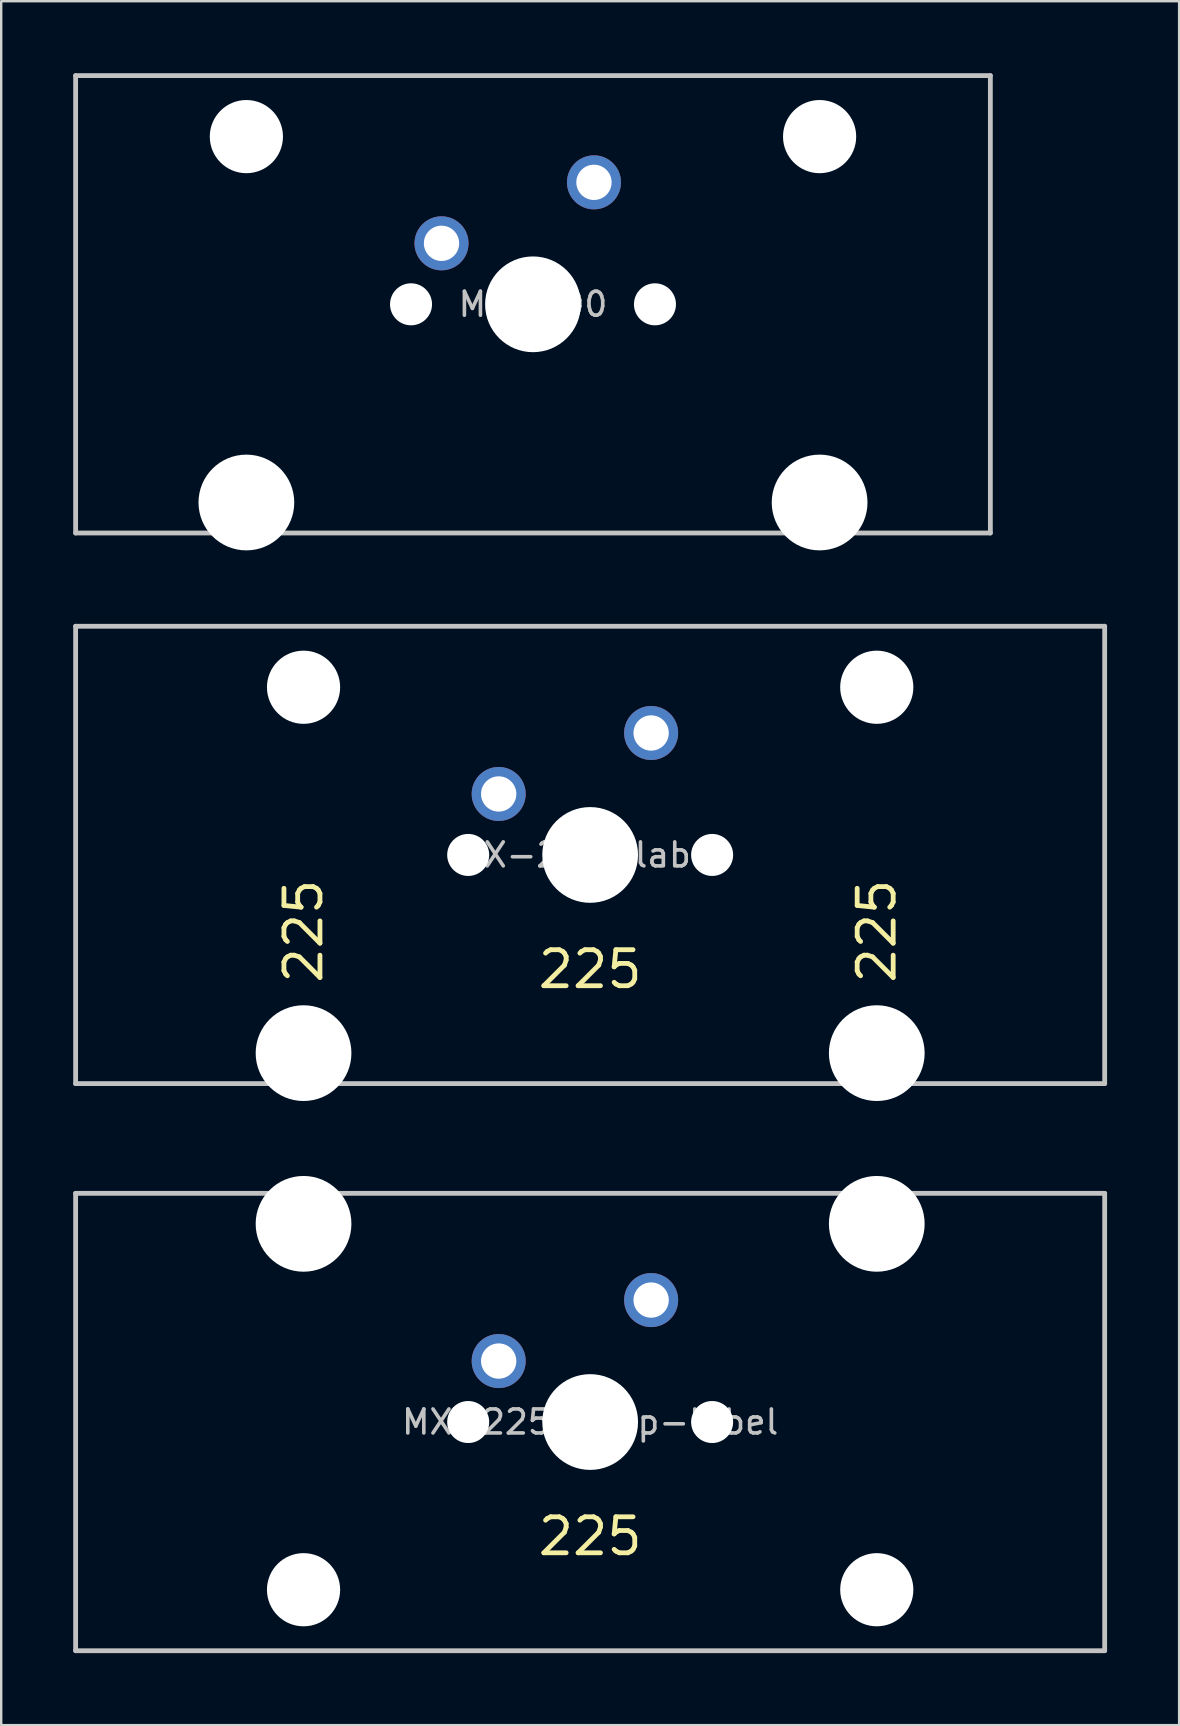
<source format=kicad_pcb>
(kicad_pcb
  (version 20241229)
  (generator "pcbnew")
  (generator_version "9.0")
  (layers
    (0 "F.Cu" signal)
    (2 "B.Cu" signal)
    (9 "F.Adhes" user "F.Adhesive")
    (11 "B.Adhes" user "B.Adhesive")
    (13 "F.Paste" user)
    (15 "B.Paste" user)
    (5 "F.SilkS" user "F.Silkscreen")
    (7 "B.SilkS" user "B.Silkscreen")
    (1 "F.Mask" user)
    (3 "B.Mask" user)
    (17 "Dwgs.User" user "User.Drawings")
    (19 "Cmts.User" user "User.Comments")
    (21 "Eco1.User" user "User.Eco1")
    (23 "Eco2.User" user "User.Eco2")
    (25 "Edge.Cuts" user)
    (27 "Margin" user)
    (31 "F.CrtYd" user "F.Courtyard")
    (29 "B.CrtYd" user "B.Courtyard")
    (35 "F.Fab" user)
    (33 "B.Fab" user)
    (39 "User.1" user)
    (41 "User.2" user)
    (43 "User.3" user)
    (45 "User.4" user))
  (footprint "MX-200"
    (layer "F.Cu")
    (at 19.15 9.625)
    (property "Reference" "MX-200" (at 0 0 0) (layer "Dwgs.User") (effects (font (size 1 1) (thickness 0.15))))
    (attr through_hole)
    (fp_line (start -19.05 9.525) (end -19.05 -9.525) (stroke (width 0.2) (type solid)) (layer "Dwgs.User"))
    (fp_line (start 19.05 -9.525) (end -19.05 -9.525) (stroke (width 0.2) (type solid)) (layer "Dwgs.User"))
    (fp_line (start 19.05 -9.525) (end 19.05 9.525) (stroke (width 0.2) (type solid)) (layer "Dwgs.User"))
    (fp_line (start 19.05 9.525) (end -19.05 9.525) (stroke (width 0.2) (type solid)) (layer "Dwgs.User"))
    (fp_line (start -15.368 -8.95) (end -15.368 10.25) (stroke (width 0.12) (type solid)) (layer "Eco1.User"))
    (fp_line (start -15.368 10.25) (end 15.368 10.25) (stroke (width 0.12) (type solid)) (layer "Eco1.User"))
    (fp_line (start -8.508 -8.95) (end -15.368 -8.95) (stroke (width 0.12) (type solid)) (layer "Eco1.User"))
    (fp_line (start -8.508 7) (end -8.508 -8.95) (stroke (width 0.12) (type solid)) (layer "Eco1.User"))
    (fp_line (start -7 -7) (end -7 7) (stroke (width 0.12) (type solid)) (layer "Eco1.User"))
    (fp_line (start -7 -7) (end 7 -7) (stroke (width 0.12) (type solid)) (layer "Eco1.User"))
    (fp_line (start -7 7) (end -8.508 7) (stroke (width 0.12) (type solid)) (layer "Eco1.User"))
    (fp_line (start 7 -7) (end 7 7) (stroke (width 0.12) (type solid)) (layer "Eco1.User"))
    (fp_line (start 8.508 -8.95) (end 8.508 7) (stroke (width 0.12) (type solid)) (layer "Eco1.User"))
    (fp_line (start 8.508 7) (end 7 7) (stroke (width 0.12) (type solid)) (layer "Eco1.User"))
    (fp_line (start 15.368 -8.95) (end 8.508 -8.95) (stroke (width 0.12) (type solid)) (layer "Eco1.User"))
    (fp_line (start 15.368 10.25) (end 15.368 -8.95) (stroke (width 0.12) (type solid)) (layer "Eco1.User"))
    (fp_circle (center -11.938 -6.985) (end -9.438 -6.985) (stroke (width 0.12) (type solid)) (fill no) (layer "Eco2.User"))
    (fp_circle (center 11.938 -6.985) (end 14.438 -6.985) (stroke (width 0.12) (type solid)) (fill no) (layer "Eco2.User"))
    (pad "" np_thru_hole circle (at -11.938 -6.985) (size 3.048 3.048) (drill 3.048) (layers "*.Cu" "*.Mask"))
    (pad "" np_thru_hole circle (at -11.938 8.255) (size 3.988 3.988) (drill 3.988) (layers "*.Cu" "*.Mask"))
    (pad "" np_thru_hole circle (at -5.08 0) (size 1.75 1.75) (drill 1.75) (layers "*.Cu" "*.Mask"))
    (pad "" np_thru_hole circle (at 0 0) (size 3.988 3.988) (drill 3.988) (layers "*.Cu" "*.Mask"))
    (pad "" np_thru_hole circle (at 5.08 0) (size 1.75 1.75) (drill 1.75) (layers "*.Cu" "*.Mask"))
    (pad "" np_thru_hole circle (at 11.938 -6.985) (size 3.048 3.048) (drill 3.048) (layers "*.Cu" "*.Mask"))
    (pad "" np_thru_hole circle (at 11.938 8.255) (size 3.988 3.988) (drill 3.988) (layers "*.Cu" "*.Mask"))
    (pad "1" thru_hole circle (at 2.54 -5.08) (size 2.25 2.25) (drill 1.47) (layers "*.Cu" "B.Mask"))
    (pad "2" thru_hole circle (at -3.81 -2.54) (size 2.25 2.25) (drill 1.47) (layers "*.Cu" "B.Mask")))
  (footprint "MX-225-sflip-label"
    (layer "F.Cu")
    (at 21.531 56.18)
    (property "Reference" "MX-225-sflip-label" (at 0 0 0) (layer "Dwgs.User") (effects (font (size 1 1) (thickness 0.15))))
    (attr through_hole)
    (fp_line (start -21.431 -9.525) (end 21.431 -9.525) (stroke (width 0.2) (type solid)) (layer "Dwgs.User"))
    (fp_line (start -21.431 9.525) (end -21.431 -9.525) (stroke (width 0.2) (type solid)) (layer "Dwgs.User"))
    (fp_line (start -21.431 9.525) (end 21.431 9.525) (stroke (width 0.2) (type solid)) (layer "Dwgs.User"))
    (fp_line (start 21.431 -9.525) (end 21.431 9.525) (stroke (width 0.2) (type solid)) (layer "Dwgs.User"))
    (fp_line (start -15.368 -10.25) (end -15.368 8.95) (stroke (width 0.12) (type solid)) (layer "Eco1.User"))
    (fp_line (start -15.368 8.95) (end -8.508 8.95) (stroke (width 0.12) (type solid)) (layer "Eco1.User"))
    (fp_line (start -8.508 -7) (end -7 -7) (stroke (width 0.12) (type solid)) (layer "Eco1.User"))
    (fp_line (start -8.508 8.95) (end -8.508 -7) (stroke (width 0.12) (type solid)) (layer "Eco1.User"))
    (fp_line (start -7 7) (end -7 -7) (stroke (width 0.12) (type solid)) (layer "Eco1.User"))
    (fp_line (start 7 -7) (end 8.508 -7) (stroke (width 0.12) (type solid)) (layer "Eco1.User"))
    (fp_line (start 7 7) (end -7 7) (stroke (width 0.12) (type solid)) (layer "Eco1.User"))
    (fp_line (start 7 7) (end 7 -7) (stroke (width 0.12) (type solid)) (layer "Eco1.User"))
    (fp_line (start 8.508 -7) (end 8.508 8.95) (stroke (width 0.12) (type solid)) (layer "Eco1.User"))
    (fp_line (start 8.508 8.95) (end 15.368 8.95) (stroke (width 0.12) (type solid)) (layer "Eco1.User"))
    (fp_line (start 15.368 -10.25) (end -15.368 -10.25) (stroke (width 0.12) (type solid)) (layer "Eco1.User"))
    (fp_line (start 15.368 8.95) (end 15.368 -10.25) (stroke (width 0.12) (type solid)) (layer "Eco1.User"))
    (fp_circle (center -11.938 6.985) (end -14.438 6.985) (stroke (width 0.12) (type solid)) (fill no) (layer "Eco2.User"))
    (fp_circle (center 11.938 6.985) (end 9.438 6.985) (stroke (width 0.12) (type solid)) (fill no) (layer "Eco2.User"))
    (fp_text user "225" (at 0 4.763 0) (layer "F.SilkS") (effects (font (size 1.5 1.5) (thickness 0.2))))
    (pad "" np_thru_hole circle (at -11.938 -8.255 180) (size 3.988 3.988) (drill 3.988) (layers "*.Cu" "*.Mask"))
    (pad "" np_thru_hole circle (at -11.938 6.985 180) (size 3.048 3.048) (drill 3.048) (layers "*.Cu" "*.Mask"))
    (pad "" np_thru_hole circle (at -5.08 0) (size 1.75 1.75) (drill 1.75) (layers "*.Cu" "*.Mask"))
    (pad "" np_thru_hole circle (at 0 0) (size 3.988 3.988) (drill 3.988) (layers "*.Cu" "*.Mask"))
    (pad "" np_thru_hole circle (at 5.08 0) (size 1.75 1.75) (drill 1.75) (layers "*.Cu" "*.Mask"))
    (pad "" np_thru_hole circle (at 11.938 -8.255 180) (size 3.988 3.988) (drill 3.988) (layers "*.Cu" "*.Mask"))
    (pad "" np_thru_hole circle (at 11.938 6.985 180) (size 3.048 3.048) (drill 3.048) (layers "*.Cu" "*.Mask"))
    (pad "1" thru_hole circle (at 2.54 -5.08) (size 2.25 2.25) (drill 1.47) (layers "*.Cu" "B.Mask"))
    (pad "2" thru_hole circle (at -3.81 -2.54) (size 2.25 2.25) (drill 1.47) (layers "*.Cu" "B.Mask")))
  (footprint "MX-225-label"
    (layer "F.Cu")
    (at 21.531 32.56)
    (property "Reference" "MX-225-label" (at 0 0 0) (layer "Dwgs.User") (effects (font (size 1 1) (thickness 0.15))))
    (attr through_hole)
    (fp_line (start -21.431 9.525) (end -21.431 -9.525) (stroke (width 0.2) (type solid)) (layer "Dwgs.User"))
    (fp_line (start 21.431 -9.525) (end -21.431 -9.525) (stroke (width 0.2) (type solid)) (layer "Dwgs.User"))
    (fp_line (start 21.431 -9.525) (end 21.431 9.525) (stroke (width 0.2) (type solid)) (layer "Dwgs.User"))
    (fp_line (start 21.431 9.525) (end -21.431 9.525) (stroke (width 0.2) (type solid)) (layer "Dwgs.User"))
    (fp_line (start -15.368 -8.95) (end -15.368 10.25) (stroke (width 0.12) (type solid)) (layer "Eco1.User"))
    (fp_line (start -15.368 10.25) (end 15.368 10.25) (stroke (width 0.12) (type solid)) (layer "Eco1.User"))
    (fp_line (start -8.508 -8.95) (end -15.368 -8.95) (stroke (width 0.12) (type solid)) (layer "Eco1.User"))
    (fp_line (start -8.508 7) (end -8.508 -8.95) (stroke (width 0.12) (type solid)) (layer "Eco1.User"))
    (fp_line (start -7 -7) (end -7 7) (stroke (width 0.12) (type solid)) (layer "Eco1.User"))
    (fp_line (start -7 -7) (end 7 -7) (stroke (width 0.12) (type solid)) (layer "Eco1.User"))
    (fp_line (start -7 7) (end -8.508 7) (stroke (width 0.12) (type solid)) (layer "Eco1.User"))
    (fp_line (start 7 -7) (end 7 7) (stroke (width 0.12) (type solid)) (layer "Eco1.User"))
    (fp_line (start 8.508 -8.95) (end 8.508 7) (stroke (width 0.12) (type solid)) (layer "Eco1.User"))
    (fp_line (start 8.508 7) (end 7 7) (stroke (width 0.12) (type solid)) (layer "Eco1.User"))
    (fp_line (start 15.368 -8.95) (end 8.508 -8.95) (stroke (width 0.12) (type solid)) (layer "Eco1.User"))
    (fp_line (start 15.368 10.25) (end 15.368 -8.95) (stroke (width 0.12) (type solid)) (layer "Eco1.User"))
    (fp_circle (center -11.938 -6.985) (end -9.438 -6.985) (stroke (width 0.12) (type solid)) (fill no) (layer "Eco2.User"))
    (fp_circle (center 11.938 -6.985) (end 14.438 -6.985) (stroke (width 0.12) (type solid)) (fill no) (layer "Eco2.User"))
    (fp_text user "225" (at 11.938 3.175 90) (layer "F.SilkS") (effects (font (size 1.5 1.5) (thickness 0.2))))
    (fp_text user "225" (at 0 4.763 0) (layer "F.SilkS") (effects (font (size 1.5 1.5) (thickness 0.2))))
    (fp_text user "225" (at -11.938 3.175 90) (layer "F.SilkS") (effects (font (size 1.5 1.5) (thickness 0.2))))
    (pad "" np_thru_hole circle (at -11.938 -6.985) (size 3.048 3.048) (drill 3.048) (layers "*.Cu" "*.Mask"))
    (pad "" np_thru_hole circle (at -11.938 8.255) (size 3.988 3.988) (drill 3.988) (layers "*.Cu" "*.Mask"))
    (pad "" np_thru_hole circle (at -5.08 0) (size 1.75 1.75) (drill 1.75) (layers "*.Cu" "*.Mask"))
    (pad "" np_thru_hole circle (at 0 0) (size 3.988 3.988) (drill 3.988) (layers "*.Cu" "*.Mask"))
    (pad "" np_thru_hole circle (at 5.08 0) (size 1.75 1.75) (drill 1.75) (layers "*.Cu" "*.Mask"))
    (pad "" np_thru_hole circle (at 11.938 -6.985) (size 3.048 3.048) (drill 3.048) (layers "*.Cu" "*.Mask"))
    (pad "" np_thru_hole circle (at 11.938 8.255) (size 3.988 3.988) (drill 3.988) (layers "*.Cu" "*.Mask"))
    (pad "1" thru_hole circle (at 2.54 -5.08) (size 2.25 2.25) (drill 1.47) (layers "*.Cu" "B.Mask"))
    (pad "2" thru_hole circle (at -3.81 -2.54) (size 2.25 2.25) (drill 1.47) (layers "*.Cu" "B.Mask")))
  (gr_rect
    (start -3 -3)
    (end 46.062 68.805)
    (stroke (width 0.1) (type default))
    (fill no)
    (layer "Edge.Cuts")))
</source>
